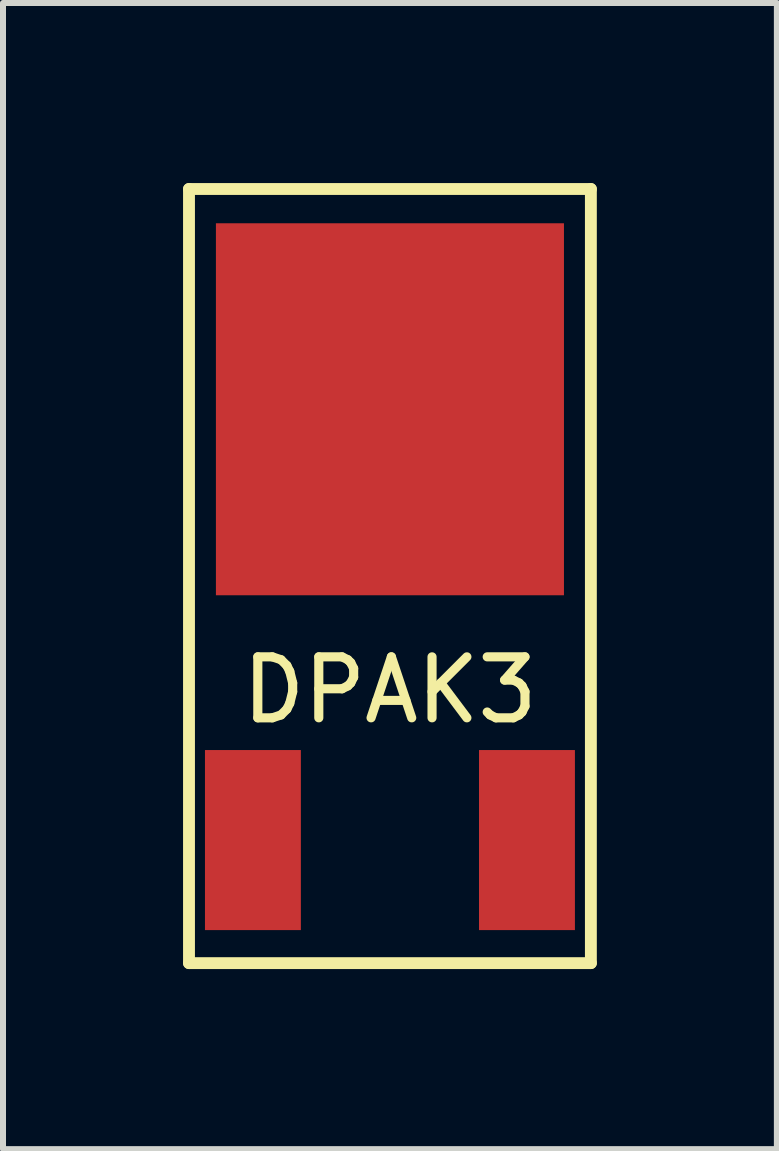
<source format=kicad_pcb>
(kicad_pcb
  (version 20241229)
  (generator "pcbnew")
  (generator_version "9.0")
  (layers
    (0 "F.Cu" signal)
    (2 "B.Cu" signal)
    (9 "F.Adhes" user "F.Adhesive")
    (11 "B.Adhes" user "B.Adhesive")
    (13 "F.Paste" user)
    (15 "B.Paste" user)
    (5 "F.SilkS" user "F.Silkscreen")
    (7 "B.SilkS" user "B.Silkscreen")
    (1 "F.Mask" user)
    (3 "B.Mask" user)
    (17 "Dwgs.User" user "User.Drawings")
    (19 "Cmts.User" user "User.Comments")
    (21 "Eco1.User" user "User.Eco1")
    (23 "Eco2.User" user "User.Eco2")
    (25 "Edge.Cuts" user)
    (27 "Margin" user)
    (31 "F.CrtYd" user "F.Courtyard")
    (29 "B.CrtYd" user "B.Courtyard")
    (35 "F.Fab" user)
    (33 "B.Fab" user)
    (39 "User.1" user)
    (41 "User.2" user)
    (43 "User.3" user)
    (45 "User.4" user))
  (footprint "DPAK3"
    (layer "F.Cu")
    (at 3.447 10.947)
    (property "Reference" "DPAK3" (at 0 -2.499 0) (layer "F.SilkS") (effects (font (size 1.016 1.016) (thickness 0.152))))
    (attr through_hole)
    (fp_line (start -3.348 -10.848) (end 3.348 -10.848) (stroke (width 0.198) (type solid)) (layer "F.SilkS"))
    (fp_line (start -3.348 2.05) (end -3.348 -10.848) (stroke (width 0.198) (type solid)) (layer "F.SilkS"))
    (fp_line (start 3.348 -10.848) (end 3.348 2.05) (stroke (width 0.198) (type solid)) (layer "F.SilkS"))
    (fp_line (start 3.348 2.05) (end -3.348 2.05) (stroke (width 0.198) (type solid)) (layer "F.SilkS"))
    (pad "1" smd rect (at -2.283 0) (size 1.598 3) (layers "*.Mask" "F.Cu"))
    (pad "3" smd rect (at 2.283 0) (size 1.598 3) (layers "*.Mask" "F.Cu"))
    (pad "4" smd rect (at 0 -7.178) (size 5.799 6.198) (layers "*.Mask" "F.Cu")))
  (gr_rect
    (start -3 -3)
    (end 9.894 16.096)
    (stroke (width 0.1) (type default))
    (fill no)
    (layer "Edge.Cuts")))
</source>
